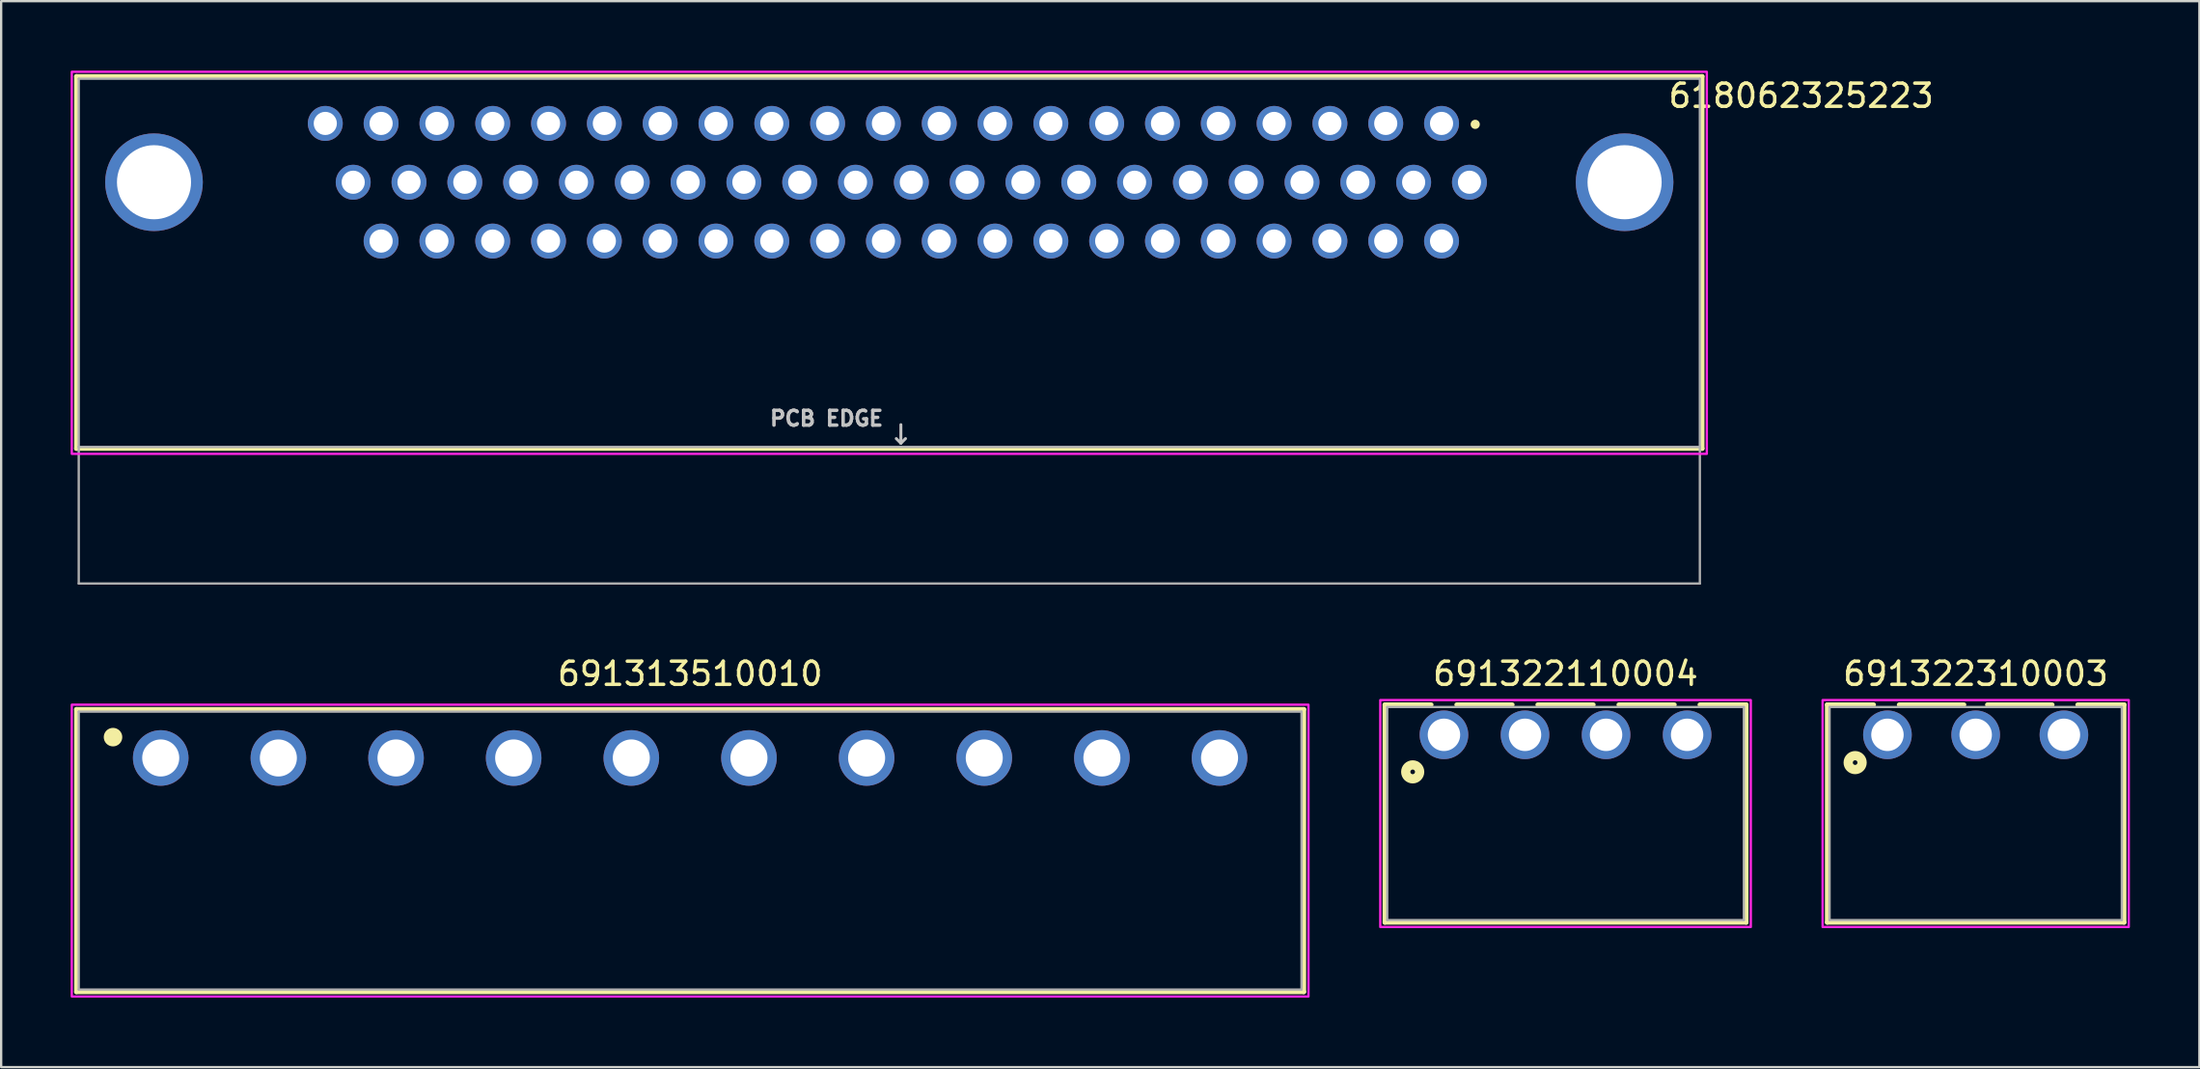
<source format=kicad_pcb>
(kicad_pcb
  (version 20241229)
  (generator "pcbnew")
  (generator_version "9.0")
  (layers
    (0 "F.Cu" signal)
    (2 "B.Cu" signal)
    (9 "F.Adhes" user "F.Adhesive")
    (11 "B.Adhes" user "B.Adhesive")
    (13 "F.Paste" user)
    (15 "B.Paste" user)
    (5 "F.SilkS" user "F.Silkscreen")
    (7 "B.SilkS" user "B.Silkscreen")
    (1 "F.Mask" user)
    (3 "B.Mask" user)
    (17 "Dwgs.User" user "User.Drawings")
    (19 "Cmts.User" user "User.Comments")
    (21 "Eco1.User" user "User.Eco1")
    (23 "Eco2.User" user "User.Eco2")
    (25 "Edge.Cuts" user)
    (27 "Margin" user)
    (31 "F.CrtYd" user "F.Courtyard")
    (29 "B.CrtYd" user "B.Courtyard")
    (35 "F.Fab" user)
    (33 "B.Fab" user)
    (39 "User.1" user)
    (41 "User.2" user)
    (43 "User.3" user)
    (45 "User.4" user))
  (footprint "691313510010"
    (layer "F.Cu")
    (at 26.75 29.683)
    (property "Reference" "691313510010" (at 0 -3.635 0) (layer "F.SilkS") (effects (font (size 1 1) (thickness 0.15))))
    (attr through_hole)
    (fp_line (start -26.5 -2.1) (end 26.5 -2.1) (stroke (width 0.2) (type solid)) (layer "F.SilkS"))
    (fp_line (start -26.5 10.1) (end -26.5 -2.1) (stroke (width 0.2) (type solid)) (layer "F.SilkS"))
    (fp_line (start 26.5 -2.1) (end 26.5 10.1) (stroke (width 0.2) (type solid)) (layer "F.SilkS"))
    (fp_line (start 26.5 10.1) (end -26.5 10.1) (stroke (width 0.2) (type solid)) (layer "F.SilkS"))
    (fp_circle (center -24.92 -0.9) (end -24.72 -0.9) (stroke (width 0.4) (type solid)) (fill no) (layer "F.SilkS"))
    (fp_poly (pts (xy -26.7 -2.3) (xy 26.7 -2.3) (xy 26.7 10.3) (xy -26.7 10.3)) (stroke (width 0.1) (type solid)) (fill no) (layer "F.CrtYd"))
    (fp_line (start -26.4 -2) (end -26.4 10) (stroke (width 0.1) (type solid)) (layer "F.Fab"))
    (fp_line (start -26.4 10) (end 26.4 10) (stroke (width 0.1) (type solid)) (layer "F.Fab"))
    (fp_line (start 26.4 -2) (end -26.4 -2) (stroke (width 0.1) (type solid)) (layer "F.Fab"))
    (fp_line (start 26.4 10) (end 26.4 -2) (stroke (width 0.1) (type solid)) (layer "F.Fab"))
    (pad "1" thru_hole circle (at -22.86 0) (size 2.4 2.4) (drill 1.6) (layers "*.Cu" "*.Mask"))
    (pad "2" thru_hole circle (at -17.78 0) (size 2.4 2.4) (drill 1.6) (layers "*.Cu" "*.Mask"))
    (pad "3" thru_hole circle (at -12.7 0) (size 2.4 2.4) (drill 1.6) (layers "*.Cu" "*.Mask"))
    (pad "4" thru_hole circle (at -7.62 0) (size 2.4 2.4) (drill 1.6) (layers "*.Cu" "*.Mask"))
    (pad "5" thru_hole circle (at -2.54 0) (size 2.4 2.4) (drill 1.6) (layers "*.Cu" "*.Mask"))
    (pad "6" thru_hole circle (at 2.54 0) (size 2.4 2.4) (drill 1.6) (layers "*.Cu" "*.Mask"))
    (pad "7" thru_hole circle (at 7.62 0) (size 2.4 2.4) (drill 1.6) (layers "*.Cu" "*.Mask"))
    (pad "8" thru_hole circle (at 12.7 0) (size 2.4 2.4) (drill 1.6) (layers "*.Cu" "*.Mask"))
    (pad "9" thru_hole circle (at 17.78 0) (size 2.4 2.4) (drill 1.6) (layers "*.Cu" "*.Mask"))
    (pad "10" thru_hole circle (at 22.86 0) (size 2.4 2.4) (drill 1.6) (layers "*.Cu" "*.Mask")))
  (footprint "618062325223"
    (layer "F.Cu")
    (at 35.35 11.25)
    (property "Reference" "618062325223" (at 39.375 -10.165 0) (layer "F.SilkS") (effects (font (size 1 1) (thickness 0.15))))
    (attr through_hole)
    (fp_line (start -35.1 -11) (end 35.1 -11) (stroke (width 0.2) (type solid)) (layer "F.SilkS"))
    (fp_line (start -35.1 5.07) (end -35.1 -11) (stroke (width 0.2) (type solid)) (layer "F.SilkS"))
    (fp_line (start 35.1 -11) (end 35.1 5.07) (stroke (width 0.2) (type solid)) (layer "F.SilkS"))
    (fp_line (start 35.1 5.07) (end -35.1 5.07) (stroke (width 0.2) (type solid)) (layer "F.SilkS"))
    (fp_circle (center 25.3 -8.93) (end 25.4 -8.93) (stroke (width 0.2) (type solid)) (fill no) (layer "F.SilkS"))
    (fp_line (start 0.5 4.04) (end 0.5 4.84) (stroke (width 0.127) (type solid)) (layer "Dwgs.User"))
    (fp_line (start 0.5 4.84) (end 0.3 4.64) (stroke (width 0.127) (type solid)) (layer "Dwgs.User"))
    (fp_line (start 0.5 4.84) (end 0.7 4.64) (stroke (width 0.127) (type solid)) (layer "Dwgs.User"))
    (fp_poly (pts (xy -35.3 -11.2) (xy 35.3 -11.2) (xy 35.3 5.3) (xy -35.3 5.3)) (stroke (width 0.1) (type solid)) (fill no) (layer "F.CrtYd"))
    (fp_line (start -35 -10.9) (end 35 -10.9) (stroke (width 0.1) (type solid)) (layer "F.Fab"))
    (fp_line (start -35 5) (end -35 -10.9) (stroke (width 0.1) (type solid)) (layer "F.Fab"))
    (fp_line (start -35 10.9) (end -35 5) (stroke (width 0.1) (type solid)) (layer "F.Fab"))
    (fp_line (start 35 -10.9) (end 35 5) (stroke (width 0.1) (type solid)) (layer "F.Fab"))
    (fp_line (start 35 5) (end -35 5) (stroke (width 0.1) (type solid)) (layer "F.Fab"))
    (fp_line (start 35 5) (end 35 10.9) (stroke (width 0.1) (type solid)) (layer "F.Fab"))
    (fp_line (start 35 10.9) (end -35 10.9) (stroke (width 0.1) (type solid)) (layer "F.Fab"))
    (fp_text user "PCB EDGE" (at -2.71 3.77 0) (layer "Dwgs.User") (effects (font (size 0.64 0.64) (thickness 0.15))))
    (pad "1" thru_hole circle (at 23.846 -8.97) (size 1.508 1.508) (drill 1) (layers "*.Cu" "*.Mask"))
    (pad "2" thru_hole circle (at 21.436 -8.97) (size 1.508 1.508) (drill 1) (layers "*.Cu" "*.Mask"))
    (pad "3" thru_hole circle (at 19.026 -8.97) (size 1.508 1.508) (drill 1) (layers "*.Cu" "*.Mask"))
    (pad "4" thru_hole circle (at 16.616 -8.97) (size 1.508 1.508) (drill 1) (layers "*.Cu" "*.Mask"))
    (pad "5" thru_hole circle (at 14.206 -8.97) (size 1.508 1.508) (drill 1) (layers "*.Cu" "*.Mask"))
    (pad "6" thru_hole circle (at 11.796 -8.97) (size 1.508 1.508) (drill 1) (layers "*.Cu" "*.Mask"))
    (pad "7" thru_hole circle (at 9.386 -8.97) (size 1.508 1.508) (drill 1) (layers "*.Cu" "*.Mask"))
    (pad "8" thru_hole circle (at 6.976 -8.97) (size 1.508 1.508) (drill 1) (layers "*.Cu" "*.Mask"))
    (pad "9" thru_hole circle (at 4.566 -8.97) (size 1.508 1.508) (drill 1) (layers "*.Cu" "*.Mask"))
    (pad "10" thru_hole circle (at 2.156 -8.97) (size 1.508 1.508) (drill 1) (layers "*.Cu" "*.Mask"))
    (pad "11" thru_hole circle (at -0.254 -8.97) (size 1.508 1.508) (drill 1) (layers "*.Cu" "*.Mask"))
    (pad "12" thru_hole circle (at -2.664 -8.97) (size 1.508 1.508) (drill 1) (layers "*.Cu" "*.Mask"))
    (pad "13" thru_hole circle (at -5.074 -8.97) (size 1.508 1.508) (drill 1) (layers "*.Cu" "*.Mask"))
    (pad "14" thru_hole circle (at -7.484 -8.97) (size 1.508 1.508) (drill 1) (layers "*.Cu" "*.Mask"))
    (pad "15" thru_hole circle (at -9.894 -8.97) (size 1.508 1.508) (drill 1) (layers "*.Cu" "*.Mask"))
    (pad "16" thru_hole circle (at -12.304 -8.97) (size 1.508 1.508) (drill 1) (layers "*.Cu" "*.Mask"))
    (pad "17" thru_hole circle (at -14.714 -8.97) (size 1.508 1.508) (drill 1) (layers "*.Cu" "*.Mask"))
    (pad "18" thru_hole circle (at -17.124 -8.97) (size 1.508 1.508) (drill 1) (layers "*.Cu" "*.Mask"))
    (pad "19" thru_hole circle (at -19.534 -8.97) (size 1.508 1.508) (drill 1) (layers "*.Cu" "*.Mask"))
    (pad "20" thru_hole circle (at -21.944 -8.97) (size 1.508 1.508) (drill 1) (layers "*.Cu" "*.Mask"))
    (pad "21" thru_hole circle (at -24.354 -8.97) (size 1.508 1.508) (drill 1) (layers "*.Cu" "*.Mask"))
    (pad "22" thru_hole circle (at 25.051 -6.43) (size 1.508 1.508) (drill 1) (layers "*.Cu" "*.Mask"))
    (pad "23" thru_hole circle (at 22.641 -6.43) (size 1.508 1.508) (drill 1) (layers "*.Cu" "*.Mask"))
    (pad "24" thru_hole circle (at 20.231 -6.43) (size 1.508 1.508) (drill 1) (layers "*.Cu" "*.Mask"))
    (pad "25" thru_hole circle (at 17.821 -6.43) (size 1.508 1.508) (drill 1) (layers "*.Cu" "*.Mask"))
    (pad "26" thru_hole circle (at 15.411 -6.43) (size 1.508 1.508) (drill 1) (layers "*.Cu" "*.Mask"))
    (pad "27" thru_hole circle (at 13.001 -6.43) (size 1.508 1.508) (drill 1) (layers "*.Cu" "*.Mask"))
    (pad "28" thru_hole circle (at 10.591 -6.43) (size 1.508 1.508) (drill 1) (layers "*.Cu" "*.Mask"))
    (pad "29" thru_hole circle (at 8.181 -6.43) (size 1.508 1.508) (drill 1) (layers "*.Cu" "*.Mask"))
    (pad "30" thru_hole circle (at 5.771 -6.43) (size 1.508 1.508) (drill 1) (layers "*.Cu" "*.Mask"))
    (pad "31" thru_hole circle (at 3.361 -6.43) (size 1.508 1.508) (drill 1) (layers "*.Cu" "*.Mask"))
    (pad "32" thru_hole circle (at 0.951 -6.43) (size 1.508 1.508) (drill 1) (layers "*.Cu" "*.Mask"))
    (pad "33" thru_hole circle (at -1.459 -6.43) (size 1.508 1.508) (drill 1) (layers "*.Cu" "*.Mask"))
    (pad "34" thru_hole circle (at -3.869 -6.43) (size 1.508 1.508) (drill 1) (layers "*.Cu" "*.Mask"))
    (pad "35" thru_hole circle (at -6.279 -6.43) (size 1.508 1.508) (drill 1) (layers "*.Cu" "*.Mask"))
    (pad "36" thru_hole circle (at -8.689 -6.43) (size 1.508 1.508) (drill 1) (layers "*.Cu" "*.Mask"))
    (pad "37" thru_hole circle (at -11.099 -6.43) (size 1.508 1.508) (drill 1) (layers "*.Cu" "*.Mask"))
    (pad "38" thru_hole circle (at -13.509 -6.43) (size 1.508 1.508) (drill 1) (layers "*.Cu" "*.Mask"))
    (pad "39" thru_hole circle (at -15.919 -6.43) (size 1.508 1.508) (drill 1) (layers "*.Cu" "*.Mask"))
    (pad "40" thru_hole circle (at -18.329 -6.43) (size 1.508 1.508) (drill 1) (layers "*.Cu" "*.Mask"))
    (pad "41" thru_hole circle (at -20.739 -6.43) (size 1.508 1.508) (drill 1) (layers "*.Cu" "*.Mask"))
    (pad "42" thru_hole circle (at -23.149 -6.43) (size 1.508 1.508) (drill 1) (layers "*.Cu" "*.Mask"))
    (pad "43" thru_hole circle (at 23.846 -3.89) (size 1.508 1.508) (drill 1) (layers "*.Cu" "*.Mask"))
    (pad "44" thru_hole circle (at 21.436 -3.89) (size 1.508 1.508) (drill 1) (layers "*.Cu" "*.Mask"))
    (pad "45" thru_hole circle (at 19.026 -3.89) (size 1.508 1.508) (drill 1) (layers "*.Cu" "*.Mask"))
    (pad "46" thru_hole circle (at 16.616 -3.89) (size 1.508 1.508) (drill 1) (layers "*.Cu" "*.Mask"))
    (pad "47" thru_hole circle (at 14.206 -3.89) (size 1.508 1.508) (drill 1) (layers "*.Cu" "*.Mask"))
    (pad "48" thru_hole circle (at 11.796 -3.89) (size 1.508 1.508) (drill 1) (layers "*.Cu" "*.Mask"))
    (pad "49" thru_hole circle (at 9.386 -3.89) (size 1.508 1.508) (drill 1) (layers "*.Cu" "*.Mask"))
    (pad "50" thru_hole circle (at 6.976 -3.89) (size 1.508 1.508) (drill 1) (layers "*.Cu" "*.Mask"))
    (pad "51" thru_hole circle (at 4.566 -3.89) (size 1.508 1.508) (drill 1) (layers "*.Cu" "*.Mask"))
    (pad "52" thru_hole circle (at 2.156 -3.89) (size 1.508 1.508) (drill 1) (layers "*.Cu" "*.Mask"))
    (pad "53" thru_hole circle (at -0.254 -3.89) (size 1.508 1.508) (drill 1) (layers "*.Cu" "*.Mask"))
    (pad "54" thru_hole circle (at -2.664 -3.89) (size 1.508 1.508) (drill 1) (layers "*.Cu" "*.Mask"))
    (pad "55" thru_hole circle (at -5.074 -3.89) (size 1.508 1.508) (drill 1) (layers "*.Cu" "*.Mask"))
    (pad "56" thru_hole circle (at -7.484 -3.89) (size 1.508 1.508) (drill 1) (layers "*.Cu" "*.Mask"))
    (pad "57" thru_hole circle (at -9.894 -3.89) (size 1.508 1.508) (drill 1) (layers "*.Cu" "*.Mask"))
    (pad "58" thru_hole circle (at -12.304 -3.89) (size 1.508 1.508) (drill 1) (layers "*.Cu" "*.Mask"))
    (pad "59" thru_hole circle (at -14.714 -3.89) (size 1.508 1.508) (drill 1) (layers "*.Cu" "*.Mask"))
    (pad "60" thru_hole circle (at -17.124 -3.89) (size 1.508 1.508) (drill 1) (layers "*.Cu" "*.Mask"))
    (pad "61" thru_hole circle (at -19.534 -3.89) (size 1.508 1.508) (drill 1) (layers "*.Cu" "*.Mask"))
    (pad "62" thru_hole circle (at -21.944 -3.89) (size 1.508 1.508) (drill 1) (layers "*.Cu" "*.Mask"))
    (pad "S1" thru_hole circle (at -31.75 -6.43) (size 4.216 4.216) (drill 3.2) (layers "*.Cu" "*.Mask"))
    (pad "S2" thru_hole circle (at 31.75 -6.43) (size 4.216 4.216) (drill 3.2) (layers "*.Cu" "*.Mask")))
  (footprint "691322310003"
    (layer "F.Cu")
    (at 82.26 28.683)
    (property "Reference" "691322310003" (at 0 -2.635 0) (layer "F.SilkS") (effects (font (size 1 1) (thickness 0.15))))
    (attr through_hole)
    (fp_line (start -6.41 -1.3) (end -4.405 -1.3) (stroke (width 0.2) (type solid)) (layer "F.SilkS"))
    (fp_line (start -6.41 8.1) (end -6.41 -1.3) (stroke (width 0.2) (type solid)) (layer "F.SilkS"))
    (fp_line (start -3.305 -1.3) (end -0.505 -1.3) (stroke (width 0.2) (type solid)) (layer "F.SilkS"))
    (fp_line (start 0.505 -1.3) (end 3.305 -1.3) (stroke (width 0.2) (type solid)) (layer "F.SilkS"))
    (fp_line (start 4.405 -1.3) (end 6.41 -1.3) (stroke (width 0.2) (type solid)) (layer "F.SilkS"))
    (fp_line (start 6.41 -1.3) (end 6.41 8.1) (stroke (width 0.2) (type solid)) (layer "F.SilkS"))
    (fp_line (start 6.41 8.1) (end -6.41 8.1) (stroke (width 0.2) (type solid)) (layer "F.SilkS"))
    (fp_circle (center -5.205 1.2) (end -5.105 1.2) (stroke (width 0.4) (type solid)) (fill no) (layer "F.SilkS"))
    (fp_poly (pts (xy -6.61 -1.5) (xy 6.61 -1.5) (xy 6.61 8.3) (xy -6.61 8.3)) (stroke (width 0.1) (type solid)) (fill no) (layer "F.CrtYd"))
    (fp_line (start -6.31 -1.2) (end -6.31 8) (stroke (width 0.1) (type solid)) (layer "F.Fab"))
    (fp_line (start -6.31 8) (end 6.31 8) (stroke (width 0.1) (type solid)) (layer "F.Fab"))
    (fp_line (start 6.31 -1.2) (end -6.31 -1.2) (stroke (width 0.1) (type solid)) (layer "F.Fab"))
    (fp_line (start 6.31 8) (end 6.31 -1.2) (stroke (width 0.1) (type solid)) (layer "F.Fab"))
    (pad "1" thru_hole circle (at -3.81 0) (size 2.1 2.1) (drill 1.4) (layers "*.Cu" "*.Mask"))
    (pad "2" thru_hole circle (at 0 0) (size 2.1 2.1) (drill 1.4) (layers "*.Cu" "*.Mask"))
    (pad "3" thru_hole circle (at 3.81 0) (size 2.1 2.1) (drill 1.4) (layers "*.Cu" "*.Mask")))
  (footprint "691322110004"
    (layer "F.Cu")
    (at 64.55 28.683)
    (property "Reference" "691322110004" (at 0 -2.635 0) (layer "F.SilkS") (effects (font (size 1 1) (thickness 0.15))))
    (attr through_hole)
    (fp_line (start -7.8 -1.3) (end -5.8 -1.3) (stroke (width 0.2) (type solid)) (layer "F.SilkS"))
    (fp_line (start -7.8 8.1) (end -7.8 -1.3) (stroke (width 0.2) (type solid)) (layer "F.SilkS"))
    (fp_line (start -4.7 -1.3) (end -2.3 -1.3) (stroke (width 0.2) (type solid)) (layer "F.SilkS"))
    (fp_line (start -1.2 -1.3) (end 1.2 -1.3) (stroke (width 0.2) (type solid)) (layer "F.SilkS"))
    (fp_line (start 2.3 -1.3) (end 4.7 -1.3) (stroke (width 0.2) (type solid)) (layer "F.SilkS"))
    (fp_line (start 5.8 -1.3) (end 7.8 -1.3) (stroke (width 0.2) (type solid)) (layer "F.SilkS"))
    (fp_line (start 7.8 -1.3) (end 7.8 8.1) (stroke (width 0.2) (type solid)) (layer "F.SilkS"))
    (fp_line (start 7.8 8.1) (end -7.8 8.1) (stroke (width 0.2) (type solid)) (layer "F.SilkS"))
    (fp_circle (center -6.6 1.6) (end -6.5 1.6) (stroke (width 0.4) (type solid)) (fill no) (layer "F.SilkS"))
    (fp_poly (pts (xy -8 -1.5) (xy 8 -1.5) (xy 8 8.3) (xy -8 8.3)) (stroke (width 0.1) (type solid)) (fill no) (layer "F.CrtYd"))
    (fp_line (start -7.7 -1.2) (end -7.7 8) (stroke (width 0.1) (type solid)) (layer "F.Fab"))
    (fp_line (start -7.7 8) (end 7.7 8) (stroke (width 0.1) (type solid)) (layer "F.Fab"))
    (fp_line (start 7.7 -1.2) (end -7.7 -1.2) (stroke (width 0.1) (type solid)) (layer "F.Fab"))
    (fp_line (start 7.7 8) (end 7.7 -1.2) (stroke (width 0.1) (type solid)) (layer "F.Fab"))
    (pad "1" thru_hole circle (at -5.25 0) (size 2.1 2.1) (drill 1.4) (layers "*.Cu" "*.Mask"))
    (pad "2" thru_hole circle (at -1.75 0) (size 2.1 2.1) (drill 1.4) (layers "*.Cu" "*.Mask"))
    (pad "3" thru_hole circle (at 1.75 0) (size 2.1 2.1) (drill 1.4) (layers "*.Cu" "*.Mask"))
    (pad "4" thru_hole circle (at 5.25 0) (size 2.1 2.1) (drill 1.4) (layers "*.Cu" "*.Mask")))
  (gr_rect
    (start -3 -3)
    (end 91.92 43.033)
    (stroke (width 0.1) (type default))
    (fill no)
    (layer "Edge.Cuts")))
</source>
